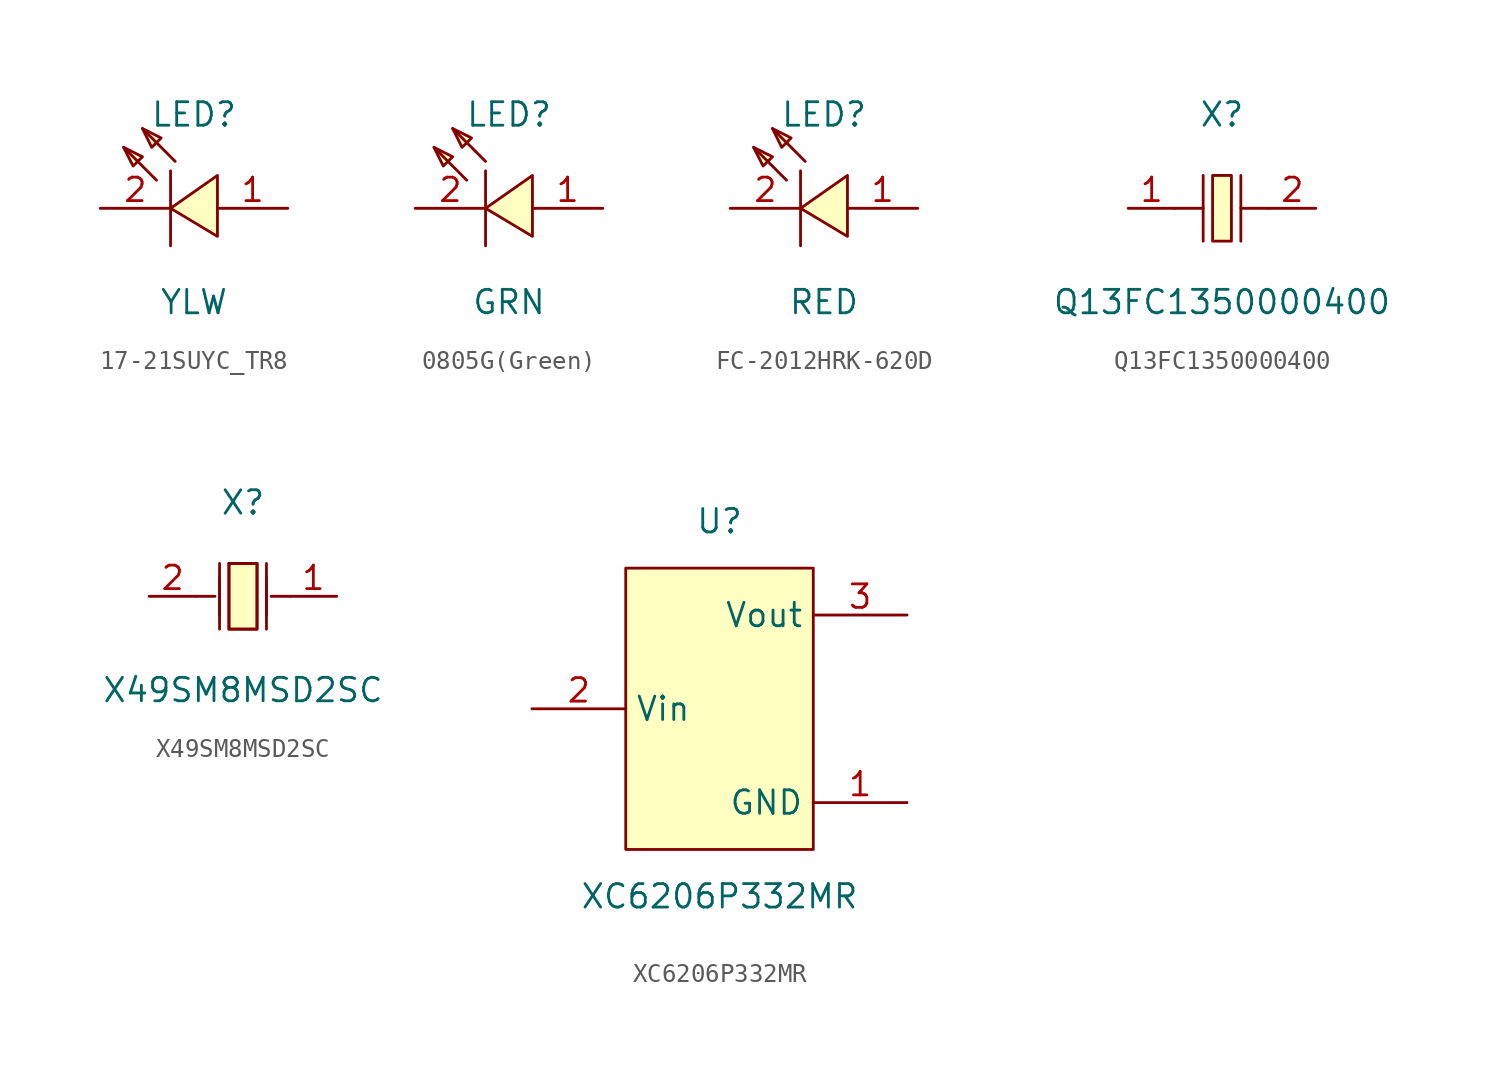
<source format=kicad_sym>
(kicad_symbol_lib
  (version 20231120)
  (generator "kicad_symbol_editor")
  (generator_version "8.0")
  (symbol "17-21SUYC_TR8"
    (property "Reference" "LED"
      (at 0 5.08 0)
      (effects (font (size 1.27 1.27))))
    (property "Value" "YLW"
      (at 0 -5.08 0)
      (effects (font (size 1.27 1.27))))
    (symbol "17-21SUYC_TR8_0_1"
      (polyline (pts (xy -2.03 1.52) (xy -3.81 3.3)) (stroke (width 0) (type default)) (fill (type none)))
      (polyline (pts (xy -1.27 2.03) (xy -1.27 -2.03)) (stroke (width 0) (type default)) (fill (type none)))
      (polyline (pts (xy -1.02 2.54) (xy -2.79 4.32)) (stroke (width 0) (type default)) (fill (type none)))
      (polyline (pts (xy -3.81 3.3) (xy -2.79 2.79) (xy -3.3 2.29) (xy -3.81 3.3)) (stroke (width 0) (type default)) (fill (type background)))
      (polyline (pts (xy -2.79 4.32) (xy -1.78 3.81) (xy -2.29 3.3) (xy -2.79 4.32)) (stroke (width 0) (type default)) (fill (type background)))
      (polyline (pts (xy 1.27 -1.52) (xy -1.27 0) (xy 1.27 1.78) (xy 1.27 -1.52)) (stroke (width 0) (type default)) (fill (type background))))
    (symbol "17-21SUYC_TR8_1_1"
      (pin unspecified line (at 5.08 0 180) (length 3.81) (name "" (effects (font (size 1.27 1.27)))) (number "1" (effects (font (size 1.27 1.27)))))
      (pin unspecified line (at -5.08 0 0) (length 3.81) (name "" (effects (font (size 1.27 1.27)))) (number "2" (effects (font (size 1.27 1.27)))))))
  (symbol "0805G(Green)"
    (property "Reference" "LED"
      (at 0 5.08 0)
      (effects (font (size 1.27 1.27))))
    (property "Value" "GRN"
      (at 0 -5.08 0)
      (effects (font (size 1.27 1.27))))
    (symbol "0805G(Green)_0_1"
      (polyline (pts (xy -2.29 1.52) (xy -4.06 3.3)) (stroke (width 0) (type default)) (fill (type none)))
      (polyline (pts (xy -1.27 2.03) (xy -1.27 -2.03)) (stroke (width 0) (type default)) (fill (type none)))
      (polyline (pts (xy -1.27 2.54) (xy -3.05 4.32)) (stroke (width 0) (type default)) (fill (type none)))
      (polyline (pts (xy -4.06 3.3) (xy -3.05 2.79) (xy -3.56 2.29) (xy -4.06 3.3)) (stroke (width 0) (type default)) (fill (type background)))
      (polyline (pts (xy -3.05 4.32) (xy -2.03 3.81) (xy -2.54 3.3) (xy -3.05 4.32)) (stroke (width 0) (type default)) (fill (type background)))
      (polyline (pts (xy 1.27 -1.52) (xy -1.27 0) (xy 1.27 1.78) (xy 1.27 -1.52)) (stroke (width 0) (type default)) (fill (type background))))
    (symbol "0805G(Green)_1_1"
      (pin unspecified line (at 5.08 0 180) (length 3.81) (name "" (effects (font (size 1.27 1.27)))) (number "1" (effects (font (size 1.27 1.27)))))
      (pin unspecified line (at -5.08 0 0) (length 3.81) (name "" (effects (font (size 1.27 1.27)))) (number "2" (effects (font (size 1.27 1.27)))))))
  (symbol "FC-2012HRK-620D"
    (property "Reference" "LED"
      (at 0 5.08 0)
      (effects (font (size 1.27 1.27))))
    (property "Value" "RED"
      (at 0 -5.08 0)
      (effects (font (size 1.27 1.27))))
    (symbol "FC-2012HRK-620D_0_1"
      (polyline (pts (xy -2.03 1.52) (xy -3.81 3.3)) (stroke (width 0) (type default)) (fill (type none)))
      (polyline (pts (xy -1.27 2.03) (xy -1.27 -2.03)) (stroke (width 0) (type default)) (fill (type none)))
      (polyline (pts (xy -1.02 2.54) (xy -2.79 4.32)) (stroke (width 0) (type default)) (fill (type none)))
      (polyline (pts (xy -3.81 3.3) (xy -2.79 2.79) (xy -3.3 2.29) (xy -3.81 3.3)) (stroke (width 0) (type default)) (fill (type background)))
      (polyline (pts (xy -2.79 4.32) (xy -1.78 3.81) (xy -2.29 3.3) (xy -2.79 4.32)) (stroke (width 0) (type default)) (fill (type background)))
      (polyline (pts (xy 1.27 -1.52) (xy -1.27 0) (xy 1.27 1.78) (xy 1.27 -1.52)) (stroke (width 0) (type default)) (fill (type background))))
    (symbol "FC-2012HRK-620D_1_1"
      (pin unspecified line (at 5.08 0 180) (length 3.81) (name "" (effects (font (size 1.27 1.27)))) (number "1" (effects (font (size 1.27 1.27)))))
      (pin unspecified line (at -5.08 0 0) (length 3.81) (name "" (effects (font (size 1.27 1.27)))) (number "2" (effects (font (size 1.27 1.27)))))))
  (symbol "Q13FC1350000400"
    (property "Reference" "X"
      (at 0 5.08 0)
      (effects (font (size 1.27 1.27))))
    (property "Value" "Q13FC1350000400"
      (at 0 -5.08 0)
      (effects (font (size 1.27 1.27))))
    (symbol "Q13FC1350000400_0_1"
      (rectangle (start -0.51 1.78) (end 0.51 -1.78) (stroke (width 0) (type default)) (fill (type background)))
      (polyline (pts (xy -2.54 0) (xy -1.02 0)) (stroke (width 0) (type default)) (fill (type none)))
      (polyline (pts (xy -1.02 1.78) (xy -1.02 -1.78)) (stroke (width 0) (type default)) (fill (type none)))
      (polyline (pts (xy 1.02 0) (xy 2.54 0)) (stroke (width 0) (type default)) (fill (type none)))
      (polyline (pts (xy 1.02 1.78) (xy 1.02 -1.78)) (stroke (width 0) (type default)) (fill (type none))))
    (symbol "Q13FC1350000400_1_1"
      (pin unspecified line (at -5.08 0 0) (length 2.54) (name "" (effects (font (size 1.27 1.27)))) (number "1" (effects (font (size 1.27 1.27)))))
      (pin unspecified line (at 5.08 0 180) (length 2.54) (name "" (effects (font (size 1.27 1.27)))) (number "2" (effects (font (size 1.27 1.27)))))))
  (symbol "X49SM8MSD2SC"
    (property "Reference" "X"
      (at 0 5.08 0)
      (effects (font (size 1.27 1.27))))
    (property "Value" "X49SM8MSD2SC"
      (at 0 -5.08 0)
      (effects (font (size 1.27 1.27))))
    (symbol "X49SM8MSD2SC_0_1"
      (polyline (pts (xy -2.54 0) (xy -1.52 0)) (stroke (width 0) (type default)) (fill (type none)))
      (polyline (pts (xy -1.27 1.02) (xy -1.27 -1.02)) (stroke (width 0) (type default)) (fill (type none)))
      (polyline (pts (xy -1.27 1.78) (xy -1.27 -1.78)) (stroke (width 0) (type default)) (fill (type none)))
      (polyline (pts (xy -0.76 1.78) (xy 0.76 1.78)) (stroke (width 0) (type default)) (fill (type none)))
      (polyline (pts (xy 1.27 1.02) (xy 1.27 -1.02)) (stroke (width 0) (type default)) (fill (type none)))
      (polyline (pts (xy 1.27 1.78) (xy 1.27 -1.78)) (stroke (width 0) (type default)) (fill (type none)))
      (polyline (pts (xy 2.54 0) (xy 1.52 0)) (stroke (width 0) (type default)) (fill (type none)))
      (polyline (pts (xy 0.76 1.78) (xy 0.76 -1.78) (xy -0.76 -1.78) (xy -0.76 1.78)) (stroke (width 0) (type default)) (fill (type none)))
      (polyline (pts (xy -0.76 -1.78) (xy -0.76 1.78) (xy 0.76 1.78) (xy 0.76 -1.78) (xy -0.76 -1.78)) (stroke (width 0) (type default)) (fill (type background))))
    (symbol "X49SM8MSD2SC_1_1"
      (pin input line (at 5.08 0 180) (length 2.54) (name "" (effects (font (size 1.27 1.27)))) (number "1" (effects (font (size 1.27 1.27)))))
      (pin input line (at -5.08 0 0) (length 2.54) (name "" (effects (font (size 1.27 1.27)))) (number "2" (effects (font (size 1.27 1.27)))))))
  (symbol "XC6206P332MR"
    (property "Reference" "U"
      (at 0 10.16 0)
      (effects (font (size 1.27 1.27))))
    (property "Value" "XC6206P332MR"
      (at 0 -10.16 0)
      (effects (font (size 1.27 1.27))))
    (symbol "XC6206P332MR_0_1"
      (rectangle (start -5.08 7.62) (end 5.08 -7.62) (stroke (width 0) (type default)) (fill (type background)))
      (pin unspecified line (at 10.16 -5.08 180) (length 5.08) (name "GND" (effects (font (size 1.27 1.27)))) (number "1" (effects (font (size 1.27 1.27)))))
      (pin unspecified line (at -10.16 0 0) (length 5.08) (name "Vin" (effects (font (size 1.27 1.27)))) (number "2" (effects (font (size 1.27 1.27)))))
      (pin unspecified line (at 10.16 5.08 180) (length 5.08) (name "Vout" (effects (font (size 1.27 1.27)))) (number "3" (effects (font (size 1.27 1.27))))))))
</source>
